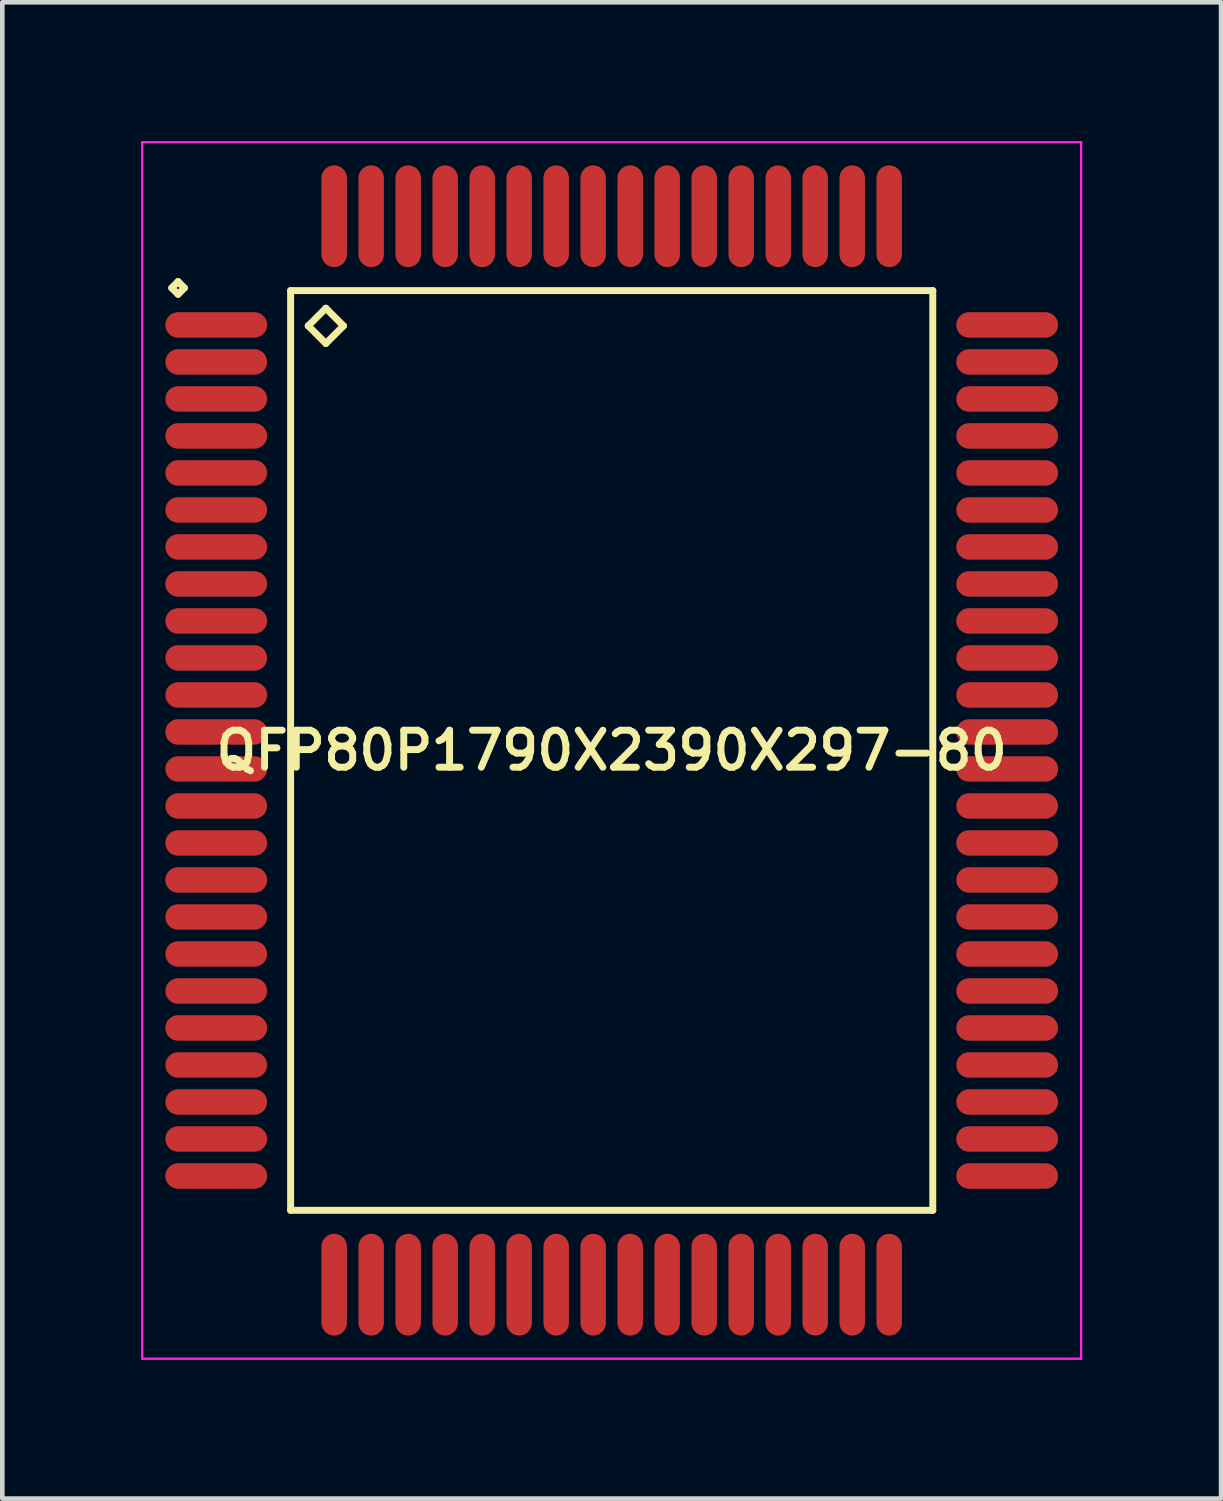
<source format=kicad_pcb>
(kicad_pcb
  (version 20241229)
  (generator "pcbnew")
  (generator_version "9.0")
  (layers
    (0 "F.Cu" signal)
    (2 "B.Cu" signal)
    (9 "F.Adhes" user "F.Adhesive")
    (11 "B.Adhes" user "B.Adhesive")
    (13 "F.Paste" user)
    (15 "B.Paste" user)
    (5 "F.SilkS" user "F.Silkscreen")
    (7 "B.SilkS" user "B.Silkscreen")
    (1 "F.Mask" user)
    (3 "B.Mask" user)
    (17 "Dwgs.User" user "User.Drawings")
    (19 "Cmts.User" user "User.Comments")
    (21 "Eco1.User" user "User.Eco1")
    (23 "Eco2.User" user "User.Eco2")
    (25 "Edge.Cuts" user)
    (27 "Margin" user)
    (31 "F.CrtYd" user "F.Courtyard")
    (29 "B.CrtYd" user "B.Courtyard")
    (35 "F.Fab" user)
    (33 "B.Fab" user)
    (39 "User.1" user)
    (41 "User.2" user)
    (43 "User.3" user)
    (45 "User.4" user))
  (footprint "QFP80P1790X2390X297-80"
    (layer "F.Cu")
    (at 10.175 13.175)
    (property "Reference" "QFP80P1790X2390X297-80" (at 0 0 0) (layer "F.SilkS") (effects (font (size 0.8 0.8) (thickness 0.15))))
    (attr smd)
    (fp_line (start -9.512 -10) (end -9.375 -10.137) (stroke (width 0.15) (type solid)) (layer "F.SilkS"))
    (fp_line (start -9.375 -10.137) (end -9.238 -10) (stroke (width 0.15) (type solid)) (layer "F.SilkS"))
    (fp_line (start -9.375 -9.863) (end -9.512 -10) (stroke (width 0.15) (type solid)) (layer "F.SilkS"))
    (fp_line (start -9.238 -10) (end -9.375 -9.863) (stroke (width 0.15) (type solid)) (layer "F.SilkS"))
    (fp_line (start -6.942 -9.942) (end -6.942 9.942) (stroke (width 0.15) (type solid)) (layer "F.SilkS"))
    (fp_line (start -6.942 9.942) (end 6.942 9.942) (stroke (width 0.15) (type solid)) (layer "F.SilkS"))
    (fp_line (start -6.561 -9.18) (end -6.18 -9.561) (stroke (width 0.15) (type solid)) (layer "F.SilkS"))
    (fp_line (start -6.18 -9.561) (end -5.799 -9.18) (stroke (width 0.15) (type solid)) (layer "F.SilkS"))
    (fp_line (start -6.18 -8.799) (end -6.561 -9.18) (stroke (width 0.15) (type solid)) (layer "F.SilkS"))
    (fp_line (start -5.799 -9.18) (end -6.18 -8.799) (stroke (width 0.15) (type solid)) (layer "F.SilkS"))
    (fp_line (start 6.942 -9.942) (end -6.942 -9.942) (stroke (width 0.15) (type solid)) (layer "F.SilkS"))
    (fp_line (start 6.942 9.942) (end 6.942 -9.942) (stroke (width 0.15) (type solid)) (layer "F.SilkS"))
    (fp_line (start -10.15 -13.15) (end 10.15 -13.15) (stroke (width 0.05) (type solid)) (layer "F.CrtYd"))
    (fp_line (start -10.15 13.15) (end -10.15 -13.15) (stroke (width 0.05) (type solid)) (layer "F.CrtYd"))
    (fp_line (start 10.15 -13.15) (end 10.15 13.15) (stroke (width 0.05) (type solid)) (layer "F.CrtYd"))
    (fp_line (start 10.15 13.15) (end -10.15 13.15) (stroke (width 0.05) (type solid)) (layer "F.CrtYd"))
    (pad "1" smd oval (at -8.55 -9.2) (size 2.2 0.55) (layers "F.Cu" "F.Mask" "F.Paste"))
    (pad "2" smd oval (at -8.55 -8.4) (size 2.2 0.55) (layers "F.Cu" "F.Mask" "F.Paste"))
    (pad "3" smd oval (at -8.55 -7.6) (size 2.2 0.55) (layers "F.Cu" "F.Mask" "F.Paste"))
    (pad "4" smd oval (at -8.55 -6.8) (size 2.2 0.55) (layers "F.Cu" "F.Mask" "F.Paste"))
    (pad "5" smd oval (at -8.55 -6) (size 2.2 0.55) (layers "F.Cu" "F.Mask" "F.Paste"))
    (pad "6" smd oval (at -8.55 -5.2) (size 2.2 0.55) (layers "F.Cu" "F.Mask" "F.Paste"))
    (pad "7" smd oval (at -8.55 -4.4) (size 2.2 0.55) (layers "F.Cu" "F.Mask" "F.Paste"))
    (pad "8" smd oval (at -8.55 -3.6) (size 2.2 0.55) (layers "F.Cu" "F.Mask" "F.Paste"))
    (pad "9" smd oval (at -8.55 -2.8) (size 2.2 0.55) (layers "F.Cu" "F.Mask" "F.Paste"))
    (pad "10" smd oval (at -8.55 -2) (size 2.2 0.55) (layers "F.Cu" "F.Mask" "F.Paste"))
    (pad "11" smd oval (at -8.55 -1.2) (size 2.2 0.55) (layers "F.Cu" "F.Mask" "F.Paste"))
    (pad "12" smd oval (at -8.55 -0.4) (size 2.2 0.55) (layers "F.Cu" "F.Mask" "F.Paste"))
    (pad "13" smd oval (at -8.55 0.4) (size 2.2 0.55) (layers "F.Cu" "F.Mask" "F.Paste"))
    (pad "14" smd oval (at -8.55 1.2) (size 2.2 0.55) (layers "F.Cu" "F.Mask" "F.Paste"))
    (pad "15" smd oval (at -8.55 2) (size 2.2 0.55) (layers "F.Cu" "F.Mask" "F.Paste"))
    (pad "16" smd oval (at -8.55 2.8) (size 2.2 0.55) (layers "F.Cu" "F.Mask" "F.Paste"))
    (pad "17" smd oval (at -8.55 3.6) (size 2.2 0.55) (layers "F.Cu" "F.Mask" "F.Paste"))
    (pad "18" smd oval (at -8.55 4.4) (size 2.2 0.55) (layers "F.Cu" "F.Mask" "F.Paste"))
    (pad "19" smd oval (at -8.55 5.2) (size 2.2 0.55) (layers "F.Cu" "F.Mask" "F.Paste"))
    (pad "20" smd oval (at -8.55 6) (size 2.2 0.55) (layers "F.Cu" "F.Mask" "F.Paste"))
    (pad "21" smd oval (at -8.55 6.8) (size 2.2 0.55) (layers "F.Cu" "F.Mask" "F.Paste"))
    (pad "22" smd oval (at -8.55 7.6) (size 2.2 0.55) (layers "F.Cu" "F.Mask" "F.Paste"))
    (pad "23" smd oval (at -8.55 8.4) (size 2.2 0.55) (layers "F.Cu" "F.Mask" "F.Paste"))
    (pad "24" smd oval (at -8.55 9.2) (size 2.2 0.55) (layers "F.Cu" "F.Mask" "F.Paste"))
    (pad "25" smd oval (at -6 11.55) (size 0.55 2.2) (layers "F.Cu" "F.Mask" "F.Paste"))
    (pad "26" smd oval (at -5.2 11.55) (size 0.55 2.2) (layers "F.Cu" "F.Mask" "F.Paste"))
    (pad "27" smd oval (at -4.4 11.55) (size 0.55 2.2) (layers "F.Cu" "F.Mask" "F.Paste"))
    (pad "28" smd oval (at -3.6 11.55) (size 0.55 2.2) (layers "F.Cu" "F.Mask" "F.Paste"))
    (pad "29" smd oval (at -2.8 11.55) (size 0.55 2.2) (layers "F.Cu" "F.Mask" "F.Paste"))
    (pad "30" smd oval (at -2 11.55) (size 0.55 2.2) (layers "F.Cu" "F.Mask" "F.Paste"))
    (pad "31" smd oval (at -1.2 11.55) (size 0.55 2.2) (layers "F.Cu" "F.Mask" "F.Paste"))
    (pad "32" smd oval (at -0.4 11.55) (size 0.55 2.2) (layers "F.Cu" "F.Mask" "F.Paste"))
    (pad "33" smd oval (at 0.4 11.55) (size 0.55 2.2) (layers "F.Cu" "F.Mask" "F.Paste"))
    (pad "34" smd oval (at 1.2 11.55) (size 0.55 2.2) (layers "F.Cu" "F.Mask" "F.Paste"))
    (pad "35" smd oval (at 2 11.55) (size 0.55 2.2) (layers "F.Cu" "F.Mask" "F.Paste"))
    (pad "36" smd oval (at 2.8 11.55) (size 0.55 2.2) (layers "F.Cu" "F.Mask" "F.Paste"))
    (pad "37" smd oval (at 3.6 11.55) (size 0.55 2.2) (layers "F.Cu" "F.Mask" "F.Paste"))
    (pad "38" smd oval (at 4.4 11.55) (size 0.55 2.2) (layers "F.Cu" "F.Mask" "F.Paste"))
    (pad "39" smd oval (at 5.2 11.55) (size 0.55 2.2) (layers "F.Cu" "F.Mask" "F.Paste"))
    (pad "40" smd oval (at 6 11.55) (size 0.55 2.2) (layers "F.Cu" "F.Mask" "F.Paste"))
    (pad "41" smd oval (at 8.55 9.2) (size 2.2 0.55) (layers "F.Cu" "F.Mask" "F.Paste"))
    (pad "42" smd oval (at 8.55 8.4) (size 2.2 0.55) (layers "F.Cu" "F.Mask" "F.Paste"))
    (pad "43" smd oval (at 8.55 7.6) (size 2.2 0.55) (layers "F.Cu" "F.Mask" "F.Paste"))
    (pad "44" smd oval (at 8.55 6.8) (size 2.2 0.55) (layers "F.Cu" "F.Mask" "F.Paste"))
    (pad "45" smd oval (at 8.55 6) (size 2.2 0.55) (layers "F.Cu" "F.Mask" "F.Paste"))
    (pad "46" smd oval (at 8.55 5.2) (size 2.2 0.55) (layers "F.Cu" "F.Mask" "F.Paste"))
    (pad "47" smd oval (at 8.55 4.4) (size 2.2 0.55) (layers "F.Cu" "F.Mask" "F.Paste"))
    (pad "48" smd oval (at 8.55 3.6) (size 2.2 0.55) (layers "F.Cu" "F.Mask" "F.Paste"))
    (pad "49" smd oval (at 8.55 2.8) (size 2.2 0.55) (layers "F.Cu" "F.Mask" "F.Paste"))
    (pad "50" smd oval (at 8.55 2) (size 2.2 0.55) (layers "F.Cu" "F.Mask" "F.Paste"))
    (pad "51" smd oval (at 8.55 1.2) (size 2.2 0.55) (layers "F.Cu" "F.Mask" "F.Paste"))
    (pad "52" smd oval (at 8.55 0.4) (size 2.2 0.55) (layers "F.Cu" "F.Mask" "F.Paste"))
    (pad "53" smd oval (at 8.55 -0.4) (size 2.2 0.55) (layers "F.Cu" "F.Mask" "F.Paste"))
    (pad "54" smd oval (at 8.55 -1.2) (size 2.2 0.55) (layers "F.Cu" "F.Mask" "F.Paste"))
    (pad "55" smd oval (at 8.55 -2) (size 2.2 0.55) (layers "F.Cu" "F.Mask" "F.Paste"))
    (pad "56" smd oval (at 8.55 -2.8) (size 2.2 0.55) (layers "F.Cu" "F.Mask" "F.Paste"))
    (pad "57" smd oval (at 8.55 -3.6) (size 2.2 0.55) (layers "F.Cu" "F.Mask" "F.Paste"))
    (pad "58" smd oval (at 8.55 -4.4) (size 2.2 0.55) (layers "F.Cu" "F.Mask" "F.Paste"))
    (pad "59" smd oval (at 8.55 -5.2) (size 2.2 0.55) (layers "F.Cu" "F.Mask" "F.Paste"))
    (pad "60" smd oval (at 8.55 -6) (size 2.2 0.55) (layers "F.Cu" "F.Mask" "F.Paste"))
    (pad "61" smd oval (at 8.55 -6.8) (size 2.2 0.55) (layers "F.Cu" "F.Mask" "F.Paste"))
    (pad "62" smd oval (at 8.55 -7.6) (size 2.2 0.55) (layers "F.Cu" "F.Mask" "F.Paste"))
    (pad "63" smd oval (at 8.55 -8.4) (size 2.2 0.55) (layers "F.Cu" "F.Mask" "F.Paste"))
    (pad "64" smd oval (at 8.55 -9.2) (size 2.2 0.55) (layers "F.Cu" "F.Mask" "F.Paste"))
    (pad "65" smd oval (at 6 -11.55) (size 0.55 2.2) (layers "F.Cu" "F.Mask" "F.Paste"))
    (pad "66" smd oval (at 5.2 -11.55) (size 0.55 2.2) (layers "F.Cu" "F.Mask" "F.Paste"))
    (pad "67" smd oval (at 4.4 -11.55) (size 0.55 2.2) (layers "F.Cu" "F.Mask" "F.Paste"))
    (pad "68" smd oval (at 3.6 -11.55) (size 0.55 2.2) (layers "F.Cu" "F.Mask" "F.Paste"))
    (pad "69" smd oval (at 2.8 -11.55) (size 0.55 2.2) (layers "F.Cu" "F.Mask" "F.Paste"))
    (pad "70" smd oval (at 2 -11.55) (size 0.55 2.2) (layers "F.Cu" "F.Mask" "F.Paste"))
    (pad "71" smd oval (at 1.2 -11.55) (size 0.55 2.2) (layers "F.Cu" "F.Mask" "F.Paste"))
    (pad "72" smd oval (at 0.4 -11.55) (size 0.55 2.2) (layers "F.Cu" "F.Mask" "F.Paste"))
    (pad "73" smd oval (at -0.4 -11.55) (size 0.55 2.2) (layers "F.Cu" "F.Mask" "F.Paste"))
    (pad "74" smd oval (at -1.2 -11.55) (size 0.55 2.2) (layers "F.Cu" "F.Mask" "F.Paste"))
    (pad "75" smd oval (at -2 -11.55) (size 0.55 2.2) (layers "F.Cu" "F.Mask" "F.Paste"))
    (pad "76" smd oval (at -2.8 -11.55) (size 0.55 2.2) (layers "F.Cu" "F.Mask" "F.Paste"))
    (pad "77" smd oval (at -3.6 -11.55) (size 0.55 2.2) (layers "F.Cu" "F.Mask" "F.Paste"))
    (pad "78" smd oval (at -4.4 -11.55) (size 0.55 2.2) (layers "F.Cu" "F.Mask" "F.Paste"))
    (pad "79" smd oval (at -5.2 -11.55) (size 0.55 2.2) (layers "F.Cu" "F.Mask" "F.Paste"))
    (pad "80" smd oval (at -6 -11.55) (size 0.55 2.2) (layers "F.Cu" "F.Mask" "F.Paste")))
  (gr_rect
    (start -3 -3)
    (end 23.35 29.35)
    (stroke (width 0.1) (type default))
    (fill no)
    (layer "Edge.Cuts")))
</source>
